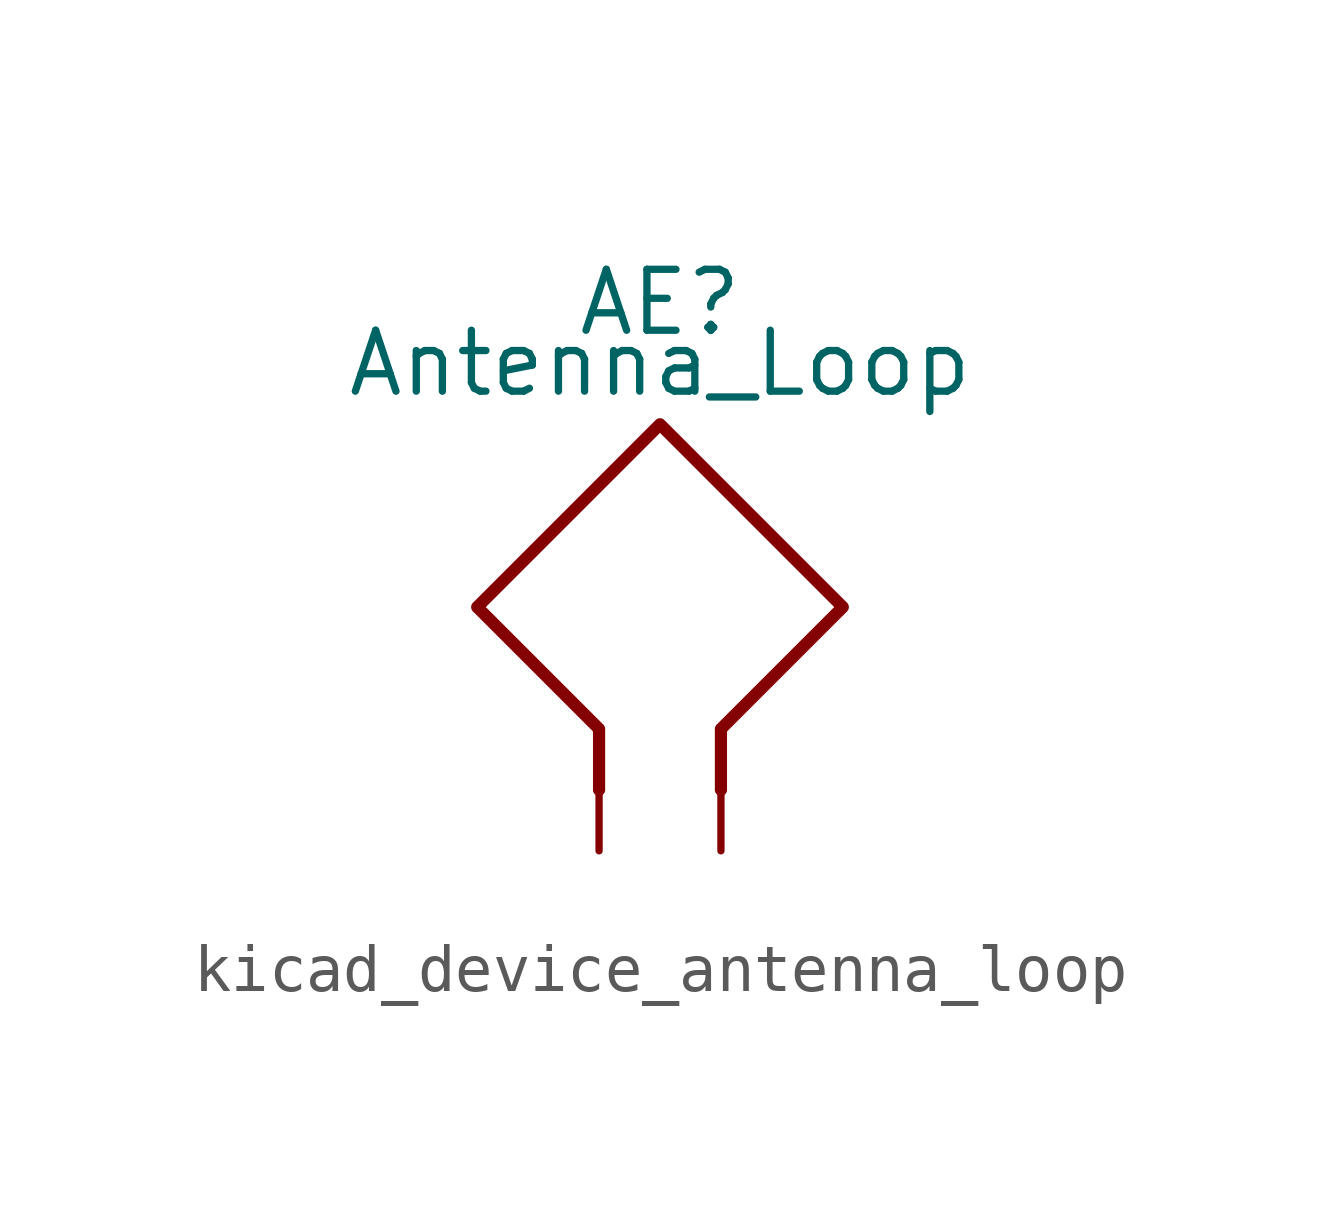
<source format=kicad_sym>
(kicad_symbol_lib
  (version 20220914)
  (generator kicad_symbol_editor)
  (symbol "kicad_device_antenna_loop"
    (pin_numbers hide)
    (pin_names
      (offset 1.016) hide)
    (property "Reference" "AE"
      (at 1.27 6.35 0)
      (effects (font (size 1.27 1.27))))
    (property "Value" "Antenna_Loop"
      (at 1.27 5.08 0)
      (effects (font (size 1.27 1.27))))
    (symbol "kicad_device_antenna_loop_0_1"
      (polyline (pts (xy 2.54 -3.81) (xy 2.54 -2.54) (xy 5.08 0) (xy 1.27 3.81) (xy -2.54 0) (xy 0 -2.54) (xy 0 -3.81)) (stroke (width 0.254) (type default)) (fill (type none))))
    (symbol "kicad_device_antenna_loop_1_1"
      (pin input line (at 0 -5.08 90) (length 2.54) (name "~" (effects (font (size 1.27 1.27)))) (number "1" (effects (font (size 1.27 1.27)))))
      (pin input line (at 2.54 -5.08 90) (length 2.54) (name "~" (effects (font (size 1.27 1.27)))) (number "2" (effects (font (size 1.27 1.27))))))))
</source>
